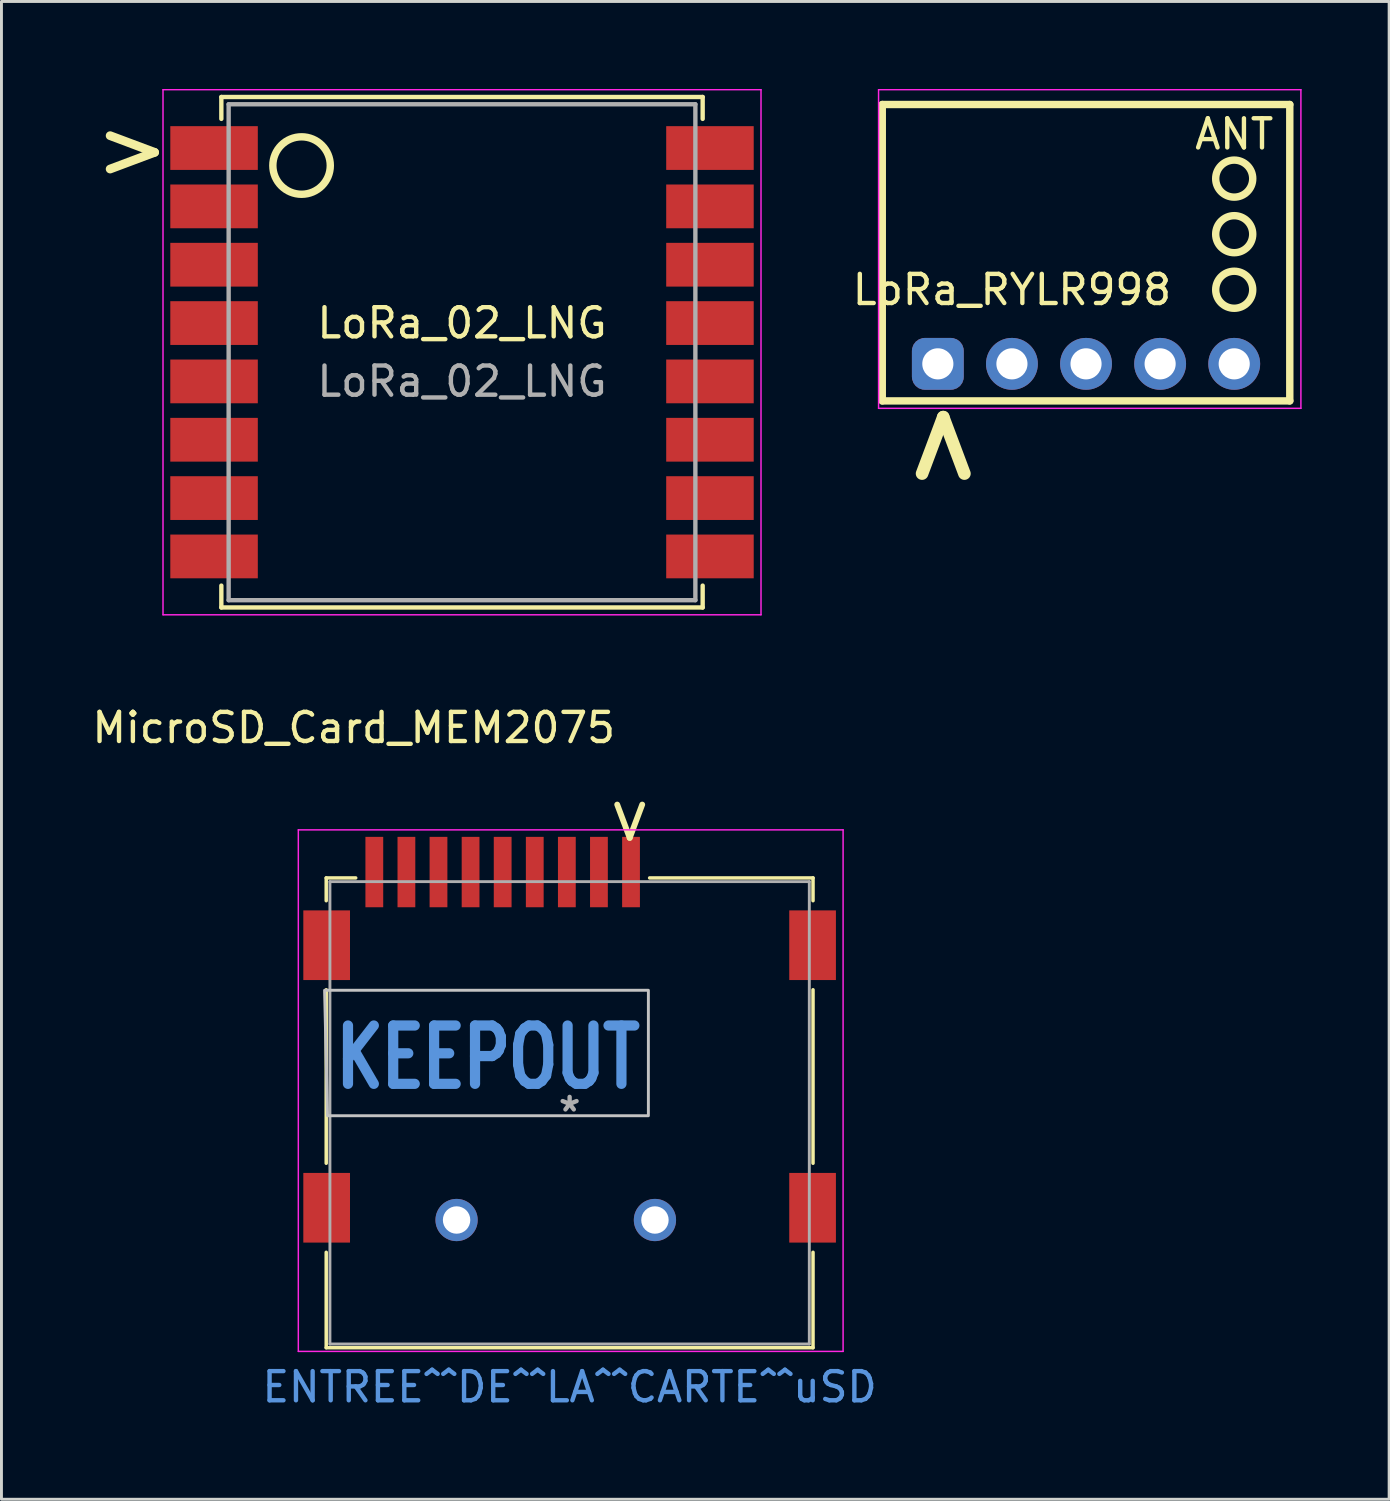
<source format=kicad_pcb>
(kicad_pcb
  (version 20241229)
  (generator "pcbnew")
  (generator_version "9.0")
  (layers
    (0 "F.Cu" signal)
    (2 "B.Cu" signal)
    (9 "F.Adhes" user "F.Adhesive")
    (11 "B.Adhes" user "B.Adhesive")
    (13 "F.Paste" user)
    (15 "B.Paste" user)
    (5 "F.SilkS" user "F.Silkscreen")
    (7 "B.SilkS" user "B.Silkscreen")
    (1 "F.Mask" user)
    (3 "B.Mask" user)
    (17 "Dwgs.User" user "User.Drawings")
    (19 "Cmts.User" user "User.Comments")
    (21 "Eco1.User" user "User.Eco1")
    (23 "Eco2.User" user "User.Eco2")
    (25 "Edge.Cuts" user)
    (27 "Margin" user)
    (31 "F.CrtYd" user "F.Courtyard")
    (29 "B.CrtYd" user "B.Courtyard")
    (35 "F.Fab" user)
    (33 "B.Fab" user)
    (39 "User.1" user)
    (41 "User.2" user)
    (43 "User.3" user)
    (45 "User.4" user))
  (footprint "LoRa_02_LNG"
    (layer "F.Cu")
    (at 12.788 9.025)
    (property "Reference" "LoRa_02_LNG" (at 0 -1 0) (layer "F.SilkS") (effects (font (size 1 1) (thickness 0.15))))
    (attr smd)
    (fp_line (start -8.25 -8.75) (end 8.25 -8.75) (stroke (width 0.15) (type solid)) (layer "F.SilkS"))
    (fp_line (start -8.25 -8) (end -8.25 -8.75) (stroke (width 0.15) (type solid)) (layer "F.SilkS"))
    (fp_line (start -8.25 8) (end -8.25 8.75) (stroke (width 0.15) (type solid)) (layer "F.SilkS"))
    (fp_line (start -8.25 8.75) (end 8.25 8.75) (stroke (width 0.15) (type solid)) (layer "F.SilkS"))
    (fp_line (start 8.25 -8.75) (end 8.25 -8) (stroke (width 0.15) (type solid)) (layer "F.SilkS"))
    (fp_line (start 8.25 8.75) (end 8.25 8) (stroke (width 0.15) (type solid)) (layer "F.SilkS"))
    (fp_circle (center -5.5 -6.4) (end -4.6 -6.8) (stroke (width 0.254) (type solid)) (fill no) (layer "F.SilkS"))
    (fp_line (start -10.25 -9) (end 10.25 -9) (stroke (width 0.05) (type solid)) (layer "F.CrtYd"))
    (fp_line (start -10.25 9) (end -10.25 -9) (stroke (width 0.05) (type solid)) (layer "F.CrtYd"))
    (fp_line (start 10.25 -9) (end 10.25 9) (stroke (width 0.05) (type solid)) (layer "F.CrtYd"))
    (fp_line (start 10.25 9) (end -10.25 9) (stroke (width 0.05) (type solid)) (layer "F.CrtYd"))
    (fp_line (start -8 -8.5) (end 8 -8.5) (stroke (width 0.15) (type solid)) (layer "F.Fab"))
    (fp_line (start -8 8.5) (end -8 -8.5) (stroke (width 0.15) (type solid)) (layer "F.Fab"))
    (fp_line (start 8 -8.5) (end 8 8.5) (stroke (width 0.15) (type solid)) (layer "F.Fab"))
    (fp_line (start 8 8.5) (end -8 8.5) (stroke (width 0.15) (type solid)) (layer "F.Fab"))
    (fp_text user ">" (at -11.3 -7 0) (unlocked yes) (layer "F.SilkS") (effects (font (size 2 2) (thickness 0.3))))
    (fp_text user "${REFERENCE}" (at 0 1 0) (layer "F.Fab") (effects (font (size 1 1) (thickness 0.15))))
    (pad "1" smd rect (at -8.5 -7) (size 3 1.5) (layers "F.Cu" "F.Mask" "F.Paste"))
    (pad "2" smd rect (at -8.5 -5) (size 3 1.5) (layers "F.Cu" "F.Mask" "F.Paste"))
    (pad "3" smd rect (at -8.5 -3) (size 3 1.5) (layers "F.Cu" "F.Mask" "F.Paste"))
    (pad "4" smd rect (at -8.5 -1) (size 3 1.5) (layers "F.Cu" "F.Mask" "F.Paste"))
    (pad "5" smd rect (at -8.5 1) (size 3 1.5) (layers "F.Cu" "F.Mask" "F.Paste"))
    (pad "6" smd rect (at -8.5 3) (size 3 1.5) (layers "F.Cu" "F.Mask" "F.Paste"))
    (pad "7" smd rect (at -8.5 5) (size 3 1.5) (layers "F.Cu" "F.Mask" "F.Paste"))
    (pad "8" smd rect (at -8.5 7) (size 3 1.5) (layers "F.Cu" "F.Mask" "F.Paste"))
    (pad "9" smd rect (at 8.5 7) (size 3 1.5) (layers "F.Cu" "F.Mask" "F.Paste"))
    (pad "10" smd rect (at 8.5 5) (size 3 1.5) (layers "F.Cu" "F.Mask" "F.Paste"))
    (pad "11" smd rect (at 8.5 3) (size 3 1.5) (layers "F.Cu" "F.Mask" "F.Paste"))
    (pad "12" smd rect (at 8.5 1) (size 3 1.5) (layers "F.Cu" "F.Mask" "F.Paste"))
    (pad "13" smd rect (at 8.5 -1) (size 3 1.5) (layers "F.Cu" "F.Mask" "F.Paste"))
    (pad "14" smd rect (at 8.5 -3) (size 3 1.5) (layers "F.Cu" "F.Mask" "F.Paste"))
    (pad "15" smd rect (at 8.5 -5) (size 3 1.5) (layers "F.Cu" "F.Mask" "F.Paste"))
    (pad "16" smd rect (at 8.5 -7) (size 3 1.5) (layers "F.Cu" "F.Mask" "F.Paste")))
  (footprint "MicroSD_Card_MEM2075"
    (layer "F.Cu")
    (at 16.477 35.098)
    (property "Reference" "MicroSD_Card_MEM2075" (at -7.4 -13.2 0) (layer "F.SilkS") (effects (font (size 1 1) (thickness 0.15))))
    (attr through_hole)
    (fp_line (start -8.344 -8.052) (end -8.344 -7.271) (stroke (width 0.12) (type solid)) (layer "F.SilkS"))
    (fp_line (start -8.344 -4.218) (end -8.344 1.729) (stroke (width 0.12) (type solid)) (layer "F.SilkS"))
    (fp_line (start -8.344 4.782) (end -8.344 8.052) (stroke (width 0.12) (type solid)) (layer "F.SilkS"))
    (fp_line (start -8.344 8.052) (end 8.344 8.052) (stroke (width 0.12) (type solid)) (layer "F.SilkS"))
    (fp_line (start -7.333 -8.052) (end -8.344 -8.052) (stroke (width 0.12) (type solid)) (layer "F.SilkS"))
    (fp_line (start 8.344 -8.052) (end 2.743 -8.052) (stroke (width 0.12) (type solid)) (layer "F.SilkS"))
    (fp_line (start 8.344 -7.271) (end 8.344 -8.052) (stroke (width 0.12) (type solid)) (layer "F.SilkS"))
    (fp_line (start 8.344 1.729) (end 8.344 -4.218) (stroke (width 0.12) (type solid)) (layer "F.SilkS"))
    (fp_line (start 8.344 8.052) (end 8.344 4.782) (stroke (width 0.12) (type solid)) (layer "F.SilkS"))
    (fp_poly (pts (xy 2.7 0.1) (xy -8.3 0.1) (xy -8.4 -4.2) (xy 2.7 -4.2)) (stroke (width 0.1) (type solid)) (fill no) (layer "Dwgs.User"))
    (fp_line (start -9.3 -9.7) (end -9.3 8.179) (stroke (width 0.05) (type solid)) (layer "F.CrtYd"))
    (fp_line (start -9.3 8.179) (end 9.375 8.179) (stroke (width 0.05) (type solid)) (layer "F.CrtYd"))
    (fp_line (start 9.375 -9.7) (end -9.3 -9.7) (stroke (width 0.05) (type solid)) (layer "F.CrtYd"))
    (fp_line (start 9.375 8.179) (end 9.375 -9.7) (stroke (width 0.05) (type solid)) (layer "F.CrtYd"))
    (fp_line (start -8.217 -7.925) (end -8.217 7.925) (stroke (width 0.1) (type solid)) (layer "F.Fab"))
    (fp_line (start -8.217 7.925) (end 8.217 7.925) (stroke (width 0.1) (type solid)) (layer "F.Fab"))
    (fp_line (start 8.217 -7.925) (end -8.217 -7.925) (stroke (width 0.1) (type solid)) (layer "F.Fab"))
    (fp_line (start 8.217 7.925) (end 8.217 -7.925) (stroke (width 0.1) (type solid)) (layer "F.Fab"))
    (fp_text user "<" (at 1.948 -9.995 90) (unlocked yes) (layer "F.SilkS") (effects (font (size 1.5 1.5) (thickness 0.2))))
    (fp_text user "KEEPOUT" (at -2.8 -1.9 0) (layer "Cmts.User") (effects (font (size 2 1.55) (thickness 0.35))))
    (fp_text user "ENTREE^^DE^^LA^^CARTE^^uSD" (at 0 9.4 0) (layer "Cmts.User") (effects (font (size 1 1) (thickness 0.15))))
    (fp_text user "*" (at 0 0 0) (layer "F.Fab") (effects (font (size 1 1) (thickness 0.15))))
    (pad "1" smd rect (at 2.105 -8.253) (size 0.61 2.413) (layers "F.Cu" "F.Mask" "F.Paste"))
    (pad "2" smd rect (at 1.005 -8.253) (size 0.61 2.413) (layers "F.Cu" "F.Mask" "F.Paste"))
    (pad "3" smd rect (at -0.095 -8.253) (size 0.61 2.413) (layers "F.Cu" "F.Mask" "F.Paste"))
    (pad "4" smd rect (at -1.195 -8.253) (size 0.61 2.413) (layers "F.Cu" "F.Mask" "F.Paste"))
    (pad "5" smd rect (at -2.295 -8.253) (size 0.61 2.413) (layers "F.Cu" "F.Mask" "F.Paste"))
    (pad "6" smd rect (at -3.395 -8.253) (size 0.61 2.413) (layers "F.Cu" "F.Mask" "F.Paste"))
    (pad "7" smd rect (at -4.495 -8.253) (size 0.61 2.413) (layers "F.Cu" "F.Mask" "F.Paste"))
    (pad "8" smd rect (at -5.595 -8.253) (size 0.61 2.413) (layers "F.Cu" "F.Mask" "F.Paste"))
    (pad "9" smd rect (at -6.695 -8.253) (size 0.61 2.413) (layers "F.Cu" "F.Mask" "F.Paste"))
    (pad "10" smd rect (at -8.329 -5.745) (size 1.6 2.388) (layers "F.Cu" "F.Mask" "F.Paste"))
    (pad "10" smd rect (at -8.329 3.255) (size 1.6 2.388) (layers "F.Cu" "F.Mask" "F.Paste"))
    (pad "10" smd rect (at 8.329 -5.745) (size 1.6 2.388) (layers "F.Cu" "F.Mask" "F.Paste"))
    (pad "10" smd rect (at 8.329 3.255) (size 1.6 2.388) (layers "F.Cu" "F.Mask" "F.Paste"))
    (pad "14" thru_hole circle (at -3.875 3.675) (size 1.448 1.448) (drill 0.94) (layers "*.Cu" "*.Mask"))
    (pad "15" thru_hole circle (at 2.925 3.675) (size 1.448 1.448) (drill 0.94) (layers "*.Cu" "*.Mask")))
  (footprint "LoRa_RYLR998"
    (layer "F.Cu")
    (at 34.18 9.423)
    (property "Reference" "LoRa_RYLR998" (at -2.54 -2.54 0) (unlocked yes) (layer "F.SilkS") (effects (font (size 1 1) (thickness 0.15))))
    (attr through_hole)
    (fp_line (start -6.985 -8.89) (end -6.985 1.27) (stroke (width 0.254) (type solid)) (layer "F.SilkS"))
    (fp_line (start -6.985 1.27) (end 6.985 1.27) (stroke (width 0.254) (type solid)) (layer "F.SilkS"))
    (fp_line (start 6.985 -8.89) (end -6.985 -8.89) (stroke (width 0.254) (type solid)) (layer "F.SilkS"))
    (fp_line (start 6.985 1.27) (end 6.985 -8.89) (stroke (width 0.254) (type solid)) (layer "F.SilkS"))
    (fp_circle (center 5.08 -6.35) (end 5.715 -6.35) (stroke (width 0.254) (type solid)) (fill no) (layer "F.SilkS"))
    (fp_circle (center 5.08 -4.445) (end 5.715 -4.445) (stroke (width 0.254) (type solid)) (fill no) (layer "F.SilkS"))
    (fp_circle (center 5.08 -2.54) (end 5.715 -2.54) (stroke (width 0.254) (type solid)) (fill no) (layer "F.SilkS"))
    (fp_line (start -7.112 -9.398) (end -7.112 1.524) (stroke (width 0.05) (type solid)) (layer "F.CrtYd"))
    (fp_line (start -7.112 1.524) (end 7.366 1.524) (stroke (width 0.05) (type solid)) (layer "F.CrtYd"))
    (fp_line (start 7.366 -9.398) (end -7.112 -9.398) (stroke (width 0.05) (type solid)) (layer "F.CrtYd"))
    (fp_line (start 7.366 1.524) (end 7.366 -9.398) (stroke (width 0.05) (type solid)) (layer "F.CrtYd"))
    (fp_text user "ANT" (at 5.08 -7.874 0) (unlocked yes) (layer "F.SilkS") (effects (font (size 1 1) (thickness 0.15))))
    (fp_text user ">" (at -5.08 2.794 90) (unlocked yes) (layer "F.SilkS") (effects (font (size 2.54 2.54) (thickness 0.432))))
    (pad "1" thru_hole roundrect (at -5.08 0) (size 1.778 1.778) (drill 1.067) (layers "*.Cu" "*.Mask") (roundrect_rratio 0.25))
    (pad "2" thru_hole circle (at -2.54 0) (size 1.778 1.778) (drill 1.067) (layers "*.Cu" "*.Mask"))
    (pad "3" thru_hole circle (at 0 0) (size 1.778 1.778) (drill 1.067) (layers "*.Cu" "*.Mask"))
    (pad "4" thru_hole circle (at 2.54 0) (size 1.778 1.778) (drill 1.067) (layers "*.Cu" "*.Mask"))
    (pad "5" thru_hole circle (at 5.08 0) (size 1.778 1.778) (drill 1.067) (layers "*.Cu" "*.Mask")))
  (gr_rect
    (start -3 -3)
    (end 44.571 48.346)
    (stroke (width 0.1) (type default))
    (fill no)
    (layer "Edge.Cuts")))
</source>
